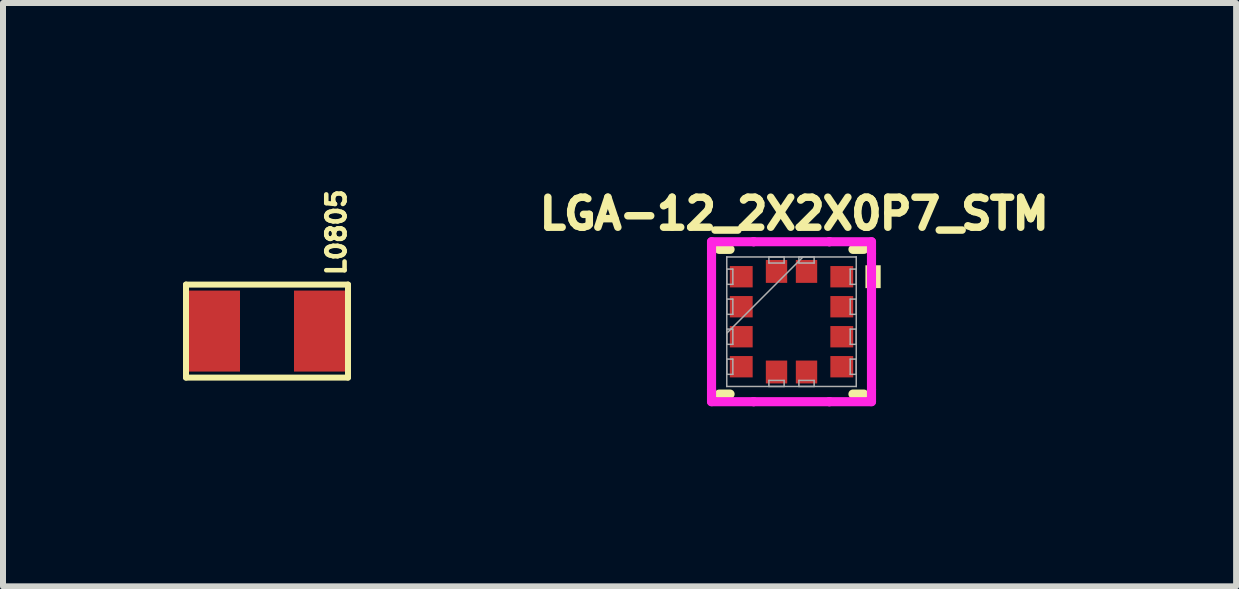
<source format=kicad_pcb>
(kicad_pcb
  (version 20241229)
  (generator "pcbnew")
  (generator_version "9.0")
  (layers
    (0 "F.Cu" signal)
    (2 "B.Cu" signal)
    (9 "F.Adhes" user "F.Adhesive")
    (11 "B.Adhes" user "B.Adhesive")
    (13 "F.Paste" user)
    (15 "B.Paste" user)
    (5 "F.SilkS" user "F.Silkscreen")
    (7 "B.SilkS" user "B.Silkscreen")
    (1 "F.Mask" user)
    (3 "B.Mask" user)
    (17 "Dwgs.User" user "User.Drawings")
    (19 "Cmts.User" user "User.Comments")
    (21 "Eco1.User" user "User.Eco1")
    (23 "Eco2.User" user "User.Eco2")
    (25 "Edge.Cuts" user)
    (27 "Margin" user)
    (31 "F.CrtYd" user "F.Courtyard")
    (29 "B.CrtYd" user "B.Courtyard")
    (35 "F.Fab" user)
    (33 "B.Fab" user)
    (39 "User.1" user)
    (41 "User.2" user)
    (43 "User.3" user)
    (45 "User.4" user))
  (footprint "L0805"
    (layer "F.Cu")
    (at 1.4 2.468)
    (property "Reference" "L0805" (at 1.334 -0.892 90) (unlocked yes) (layer "F.SilkS") (effects (font (size 0.305 0.305) (thickness 0.076) (bold yes)) (justify left bottom)))
    (fp_line (start -1.35 -0.775) (end 1.35 -0.775) (stroke (width 0.1) (type solid)) (layer "F.SilkS"))
    (fp_line (start -1.35 0.775) (end -1.35 -0.775) (stroke (width 0.1) (type solid)) (layer "F.SilkS"))
    (fp_line (start -1.35 0.775) (end 1.35 0.775) (stroke (width 0.1) (type solid)) (layer "F.SilkS"))
    (fp_line (start 1.35 0.775) (end 1.35 -0.775) (stroke (width 0.1) (type solid)) (layer "F.SilkS"))
    (fp_line (start -1 -0.625) (end 1 -0.625) (stroke (width 0.025) (type solid)) (layer "User.1"))
    (fp_line (start -1 0.625) (end -1 -0.625) (stroke (width 0.025) (type solid)) (layer "User.1"))
    (fp_line (start -1 0.625) (end 1 0.625) (stroke (width 0.025) (type solid)) (layer "User.1"))
    (fp_line (start 1 0.625) (end 1 -0.625) (stroke (width 0.025) (type solid)) (layer "User.1"))
    (pad "1" smd rect (at -0.875 -0.000081) (size 0.85 1.35) (layers "F.Cu" "F.Mask" "F.Paste"))
    (pad "2" smd rect (at 0.875 -0.000081) (size 0.85 1.35) (layers "F.Cu" "F.Mask" "F.Paste")))
  (footprint "LGA-12_2X2X0P7_STM"
    (layer "F.Cu")
    (at 10.142 2.312)
    (property "Reference" "LGA-12_2X2X0P7_STM" (at 0.046 -1.8 0) (unlocked yes) (layer "F.SilkS") (effects (font (size 0.5 0.5) (thickness 0.125))))
    (attr smd)
    (fp_line (start -1.206 1.206) (end -1.024 1.206) (stroke (width 0.152) (type solid)) (layer "F.SilkS"))
    (fp_line (start -1.024 -1.206) (end -1.206 -1.206) (stroke (width 0.152) (type solid)) (layer "F.SilkS"))
    (fp_line (start 1.024 1.206) (end 1.206 1.206) (stroke (width 0.152) (type solid)) (layer "F.SilkS"))
    (fp_line (start 1.206 -1.206) (end 1.024 -1.206) (stroke (width 0.152) (type solid)) (layer "F.SilkS"))
    (fp_poly (pts (xy 1.486 -0.941) (xy 1.486 -0.56) (xy 1.232 -0.56) (xy 1.232 -0.941)) (stroke (width 0) (type solid)) (fill yes) (layer "F.SilkS"))
    (fp_line (start -1.333 -1.333) (end -0.631 -1.333) (stroke (width 0.152) (type solid)) (layer "F.CrtYd"))
    (fp_line (start -1.333 -1.131) (end -1.333 -1.333) (stroke (width 0.152) (type solid)) (layer "F.CrtYd"))
    (fp_line (start -1.333 -1.131) (end -1.333 -1.131) (stroke (width 0.152) (type solid)) (layer "F.CrtYd"))
    (fp_line (start -1.333 1.131) (end -1.333 -1.131) (stroke (width 0.152) (type solid)) (layer "F.CrtYd"))
    (fp_line (start -1.333 1.131) (end -1.333 1.131) (stroke (width 0.152) (type solid)) (layer "F.CrtYd"))
    (fp_line (start -1.333 1.333) (end -1.333 1.131) (stroke (width 0.152) (type solid)) (layer "F.CrtYd"))
    (fp_line (start -0.631 -1.333) (end -0.631 -1.333) (stroke (width 0.152) (type solid)) (layer "F.CrtYd"))
    (fp_line (start -0.631 -1.333) (end 0.631 -1.333) (stroke (width 0.152) (type solid)) (layer "F.CrtYd"))
    (fp_line (start -0.631 1.333) (end -1.333 1.333) (stroke (width 0.152) (type solid)) (layer "F.CrtYd"))
    (fp_line (start -0.631 1.333) (end -0.631 1.333) (stroke (width 0.152) (type solid)) (layer "F.CrtYd"))
    (fp_line (start 0.631 -1.333) (end 0.631 -1.333) (stroke (width 0.152) (type solid)) (layer "F.CrtYd"))
    (fp_line (start 0.631 -1.333) (end 1.333 -1.333) (stroke (width 0.152) (type solid)) (layer "F.CrtYd"))
    (fp_line (start 0.631 1.333) (end -0.631 1.333) (stroke (width 0.152) (type solid)) (layer "F.CrtYd"))
    (fp_line (start 0.631 1.333) (end 0.631 1.333) (stroke (width 0.152) (type solid)) (layer "F.CrtYd"))
    (fp_line (start 1.333 -1.333) (end 1.333 -1.131) (stroke (width 0.152) (type solid)) (layer "F.CrtYd"))
    (fp_line (start 1.333 -1.131) (end 1.333 -1.131) (stroke (width 0.152) (type solid)) (layer "F.CrtYd"))
    (fp_line (start 1.333 -1.131) (end 1.333 1.131) (stroke (width 0.152) (type solid)) (layer "F.CrtYd"))
    (fp_line (start 1.333 1.131) (end 1.333 1.131) (stroke (width 0.152) (type solid)) (layer "F.CrtYd"))
    (fp_line (start 1.333 1.131) (end 1.333 1.333) (stroke (width 0.152) (type solid)) (layer "F.CrtYd"))
    (fp_line (start 1.333 1.333) (end 0.631 1.333) (stroke (width 0.152) (type solid)) (layer "F.CrtYd"))
    (fp_line (start -1.079 -1.079) (end -1.079 -1.079) (stroke (width 0.025) (type solid)) (layer "F.Fab"))
    (fp_line (start -1.079 -1.079) (end -1.079 1.079) (stroke (width 0.025) (type solid)) (layer "F.Fab"))
    (fp_line (start -1.079 -0.877) (end -0.978 -0.877) (stroke (width 0.025) (type solid)) (layer "F.Fab"))
    (fp_line (start -1.079 -0.623) (end -1.079 -0.877) (stroke (width 0.025) (type solid)) (layer "F.Fab"))
    (fp_line (start -1.079 -0.377) (end -0.978 -0.377) (stroke (width 0.025) (type solid)) (layer "F.Fab"))
    (fp_line (start -1.079 -0.123) (end -1.079 -0.377) (stroke (width 0.025) (type solid)) (layer "F.Fab"))
    (fp_line (start -1.079 0.123) (end -0.978 0.123) (stroke (width 0.025) (type solid)) (layer "F.Fab"))
    (fp_line (start -1.079 0.191) (end 0.191 -1.079) (stroke (width 0.025) (type solid)) (layer "F.Fab"))
    (fp_line (start -1.079 0.377) (end -1.079 0.123) (stroke (width 0.025) (type solid)) (layer "F.Fab"))
    (fp_line (start -1.079 0.623) (end -0.978 0.623) (stroke (width 0.025) (type solid)) (layer "F.Fab"))
    (fp_line (start -1.079 0.877) (end -1.079 0.623) (stroke (width 0.025) (type solid)) (layer "F.Fab"))
    (fp_line (start -1.079 1.079) (end -1.079 1.079) (stroke (width 0.025) (type solid)) (layer "F.Fab"))
    (fp_line (start -1.079 1.079) (end 1.079 1.079) (stroke (width 0.025) (type solid)) (layer "F.Fab"))
    (fp_line (start -0.978 -0.877) (end -0.978 -0.623) (stroke (width 0.025) (type solid)) (layer "F.Fab"))
    (fp_line (start -0.978 -0.623) (end -1.079 -0.623) (stroke (width 0.025) (type solid)) (layer "F.Fab"))
    (fp_line (start -0.978 -0.377) (end -0.978 -0.123) (stroke (width 0.025) (type solid)) (layer "F.Fab"))
    (fp_line (start -0.978 -0.123) (end -1.079 -0.123) (stroke (width 0.025) (type solid)) (layer "F.Fab"))
    (fp_line (start -0.978 0.123) (end -0.978 0.377) (stroke (width 0.025) (type solid)) (layer "F.Fab"))
    (fp_line (start -0.978 0.377) (end -1.079 0.377) (stroke (width 0.025) (type solid)) (layer "F.Fab"))
    (fp_line (start -0.978 0.623) (end -0.978 0.877) (stroke (width 0.025) (type solid)) (layer "F.Fab"))
    (fp_line (start -0.978 0.877) (end -1.079 0.877) (stroke (width 0.025) (type solid)) (layer "F.Fab"))
    (fp_line (start -0.377 -1.079) (end -0.123 -1.079) (stroke (width 0.025) (type solid)) (layer "F.Fab"))
    (fp_line (start -0.377 -0.978) (end -0.377 -1.079) (stroke (width 0.025) (type solid)) (layer "F.Fab"))
    (fp_line (start -0.377 0.978) (end -0.123 0.978) (stroke (width 0.025) (type solid)) (layer "F.Fab"))
    (fp_line (start -0.377 1.079) (end -0.377 0.978) (stroke (width 0.025) (type solid)) (layer "F.Fab"))
    (fp_line (start -0.123 -1.079) (end -0.123 -0.978) (stroke (width 0.025) (type solid)) (layer "F.Fab"))
    (fp_line (start -0.123 -0.978) (end -0.377 -0.978) (stroke (width 0.025) (type solid)) (layer "F.Fab"))
    (fp_line (start -0.123 0.978) (end -0.123 1.079) (stroke (width 0.025) (type solid)) (layer "F.Fab"))
    (fp_line (start -0.123 1.079) (end -0.377 1.079) (stroke (width 0.025) (type solid)) (layer "F.Fab"))
    (fp_line (start 0.123 -1.079) (end 0.377 -1.079) (stroke (width 0.025) (type solid)) (layer "F.Fab"))
    (fp_line (start 0.123 -0.978) (end 0.123 -1.079) (stroke (width 0.025) (type solid)) (layer "F.Fab"))
    (fp_line (start 0.123 0.978) (end 0.377 0.978) (stroke (width 0.025) (type solid)) (layer "F.Fab"))
    (fp_line (start 0.123 1.079) (end 0.123 0.978) (stroke (width 0.025) (type solid)) (layer "F.Fab"))
    (fp_line (start 0.377 -1.079) (end 0.377 -0.978) (stroke (width 0.025) (type solid)) (layer "F.Fab"))
    (fp_line (start 0.377 -0.978) (end 0.123 -0.978) (stroke (width 0.025) (type solid)) (layer "F.Fab"))
    (fp_line (start 0.377 0.978) (end 0.377 1.079) (stroke (width 0.025) (type solid)) (layer "F.Fab"))
    (fp_line (start 0.377 1.079) (end 0.123 1.079) (stroke (width 0.025) (type solid)) (layer "F.Fab"))
    (fp_line (start 0.978 -0.877) (end 1.079 -0.877) (stroke (width 0.025) (type solid)) (layer "F.Fab"))
    (fp_line (start 0.978 -0.623) (end 0.978 -0.877) (stroke (width 0.025) (type solid)) (layer "F.Fab"))
    (fp_line (start 0.978 -0.377) (end 1.079 -0.377) (stroke (width 0.025) (type solid)) (layer "F.Fab"))
    (fp_line (start 0.978 -0.123) (end 0.978 -0.377) (stroke (width 0.025) (type solid)) (layer "F.Fab"))
    (fp_line (start 0.978 0.123) (end 1.079 0.123) (stroke (width 0.025) (type solid)) (layer "F.Fab"))
    (fp_line (start 0.978 0.377) (end 0.978 0.123) (stroke (width 0.025) (type solid)) (layer "F.Fab"))
    (fp_line (start 0.978 0.623) (end 1.079 0.623) (stroke (width 0.025) (type solid)) (layer "F.Fab"))
    (fp_line (start 0.978 0.877) (end 0.978 0.623) (stroke (width 0.025) (type solid)) (layer "F.Fab"))
    (fp_line (start 1.079 -1.079) (end -1.079 -1.079) (stroke (width 0.025) (type solid)) (layer "F.Fab"))
    (fp_line (start 1.079 -1.079) (end 1.079 -1.079) (stroke (width 0.025) (type solid)) (layer "F.Fab"))
    (fp_line (start 1.079 -0.877) (end 1.079 -0.623) (stroke (width 0.025) (type solid)) (layer "F.Fab"))
    (fp_line (start 1.079 -0.623) (end 0.978 -0.623) (stroke (width 0.025) (type solid)) (layer "F.Fab"))
    (fp_line (start 1.079 -0.377) (end 1.079 -0.123) (stroke (width 0.025) (type solid)) (layer "F.Fab"))
    (fp_line (start 1.079 -0.123) (end 0.978 -0.123) (stroke (width 0.025) (type solid)) (layer "F.Fab"))
    (fp_line (start 1.079 0.123) (end 1.079 0.377) (stroke (width 0.025) (type solid)) (layer "F.Fab"))
    (fp_line (start 1.079 0.377) (end 0.978 0.377) (stroke (width 0.025) (type solid)) (layer "F.Fab"))
    (fp_line (start 1.079 0.623) (end 1.079 0.877) (stroke (width 0.025) (type solid)) (layer "F.Fab"))
    (fp_line (start 1.079 0.877) (end 0.978 0.877) (stroke (width 0.025) (type solid)) (layer "F.Fab"))
    (fp_line (start 1.079 1.079) (end 1.079 -1.079) (stroke (width 0.025) (type solid)) (layer "F.Fab"))
    (fp_line (start 1.079 1.079) (end 1.079 1.079) (stroke (width 0.025) (type solid)) (layer "F.Fab"))
    (pad "1" smd rect (at -0.838 -0.75 90) (size 0.356 0.381) (layers "F.Cu" "F.Mask" "F.Paste"))
    (pad "2" smd rect (at -0.838 -0.25 90) (size 0.356 0.381) (layers "F.Cu" "F.Mask" "F.Paste"))
    (pad "3" smd rect (at -0.838 0.25 90) (size 0.356 0.381) (layers "F.Cu" "F.Mask" "F.Paste"))
    (pad "4" smd rect (at -0.838 0.75 90) (size 0.356 0.381) (layers "F.Cu" "F.Mask" "F.Paste"))
    (pad "5" smd rect (at -0.25 0.838) (size 0.356 0.381) (layers "F.Cu" "F.Mask" "F.Paste"))
    (pad "6" smd rect (at 0.25 0.838) (size 0.356 0.381) (layers "F.Cu" "F.Mask" "F.Paste"))
    (pad "7" smd rect (at 0.838 0.75 90) (size 0.356 0.381) (layers "F.Cu" "F.Mask" "F.Paste"))
    (pad "8" smd rect (at 0.838 0.25 90) (size 0.356 0.381) (layers "F.Cu" "F.Mask" "F.Paste"))
    (pad "9" smd rect (at 0.838 -0.25 90) (size 0.356 0.381) (layers "F.Cu" "F.Mask" "F.Paste"))
    (pad "10" smd rect (at 0.838 -0.75 90) (size 0.356 0.381) (layers "F.Cu" "F.Mask" "F.Paste"))
    (pad "11" smd rect (at 0.25 -0.838) (size 0.356 0.381) (layers "F.Cu" "F.Mask" "F.Paste"))
    (pad "12" smd rect (at -0.25 -0.838) (size 0.356 0.381) (layers "F.Cu" "F.Mask" "F.Paste")))
  (gr_rect
    (start -3 -3)
    (end 17.552 6.722)
    (stroke (width 0.1) (type default))
    (fill no)
    (layer "Edge.Cuts")))
</source>
